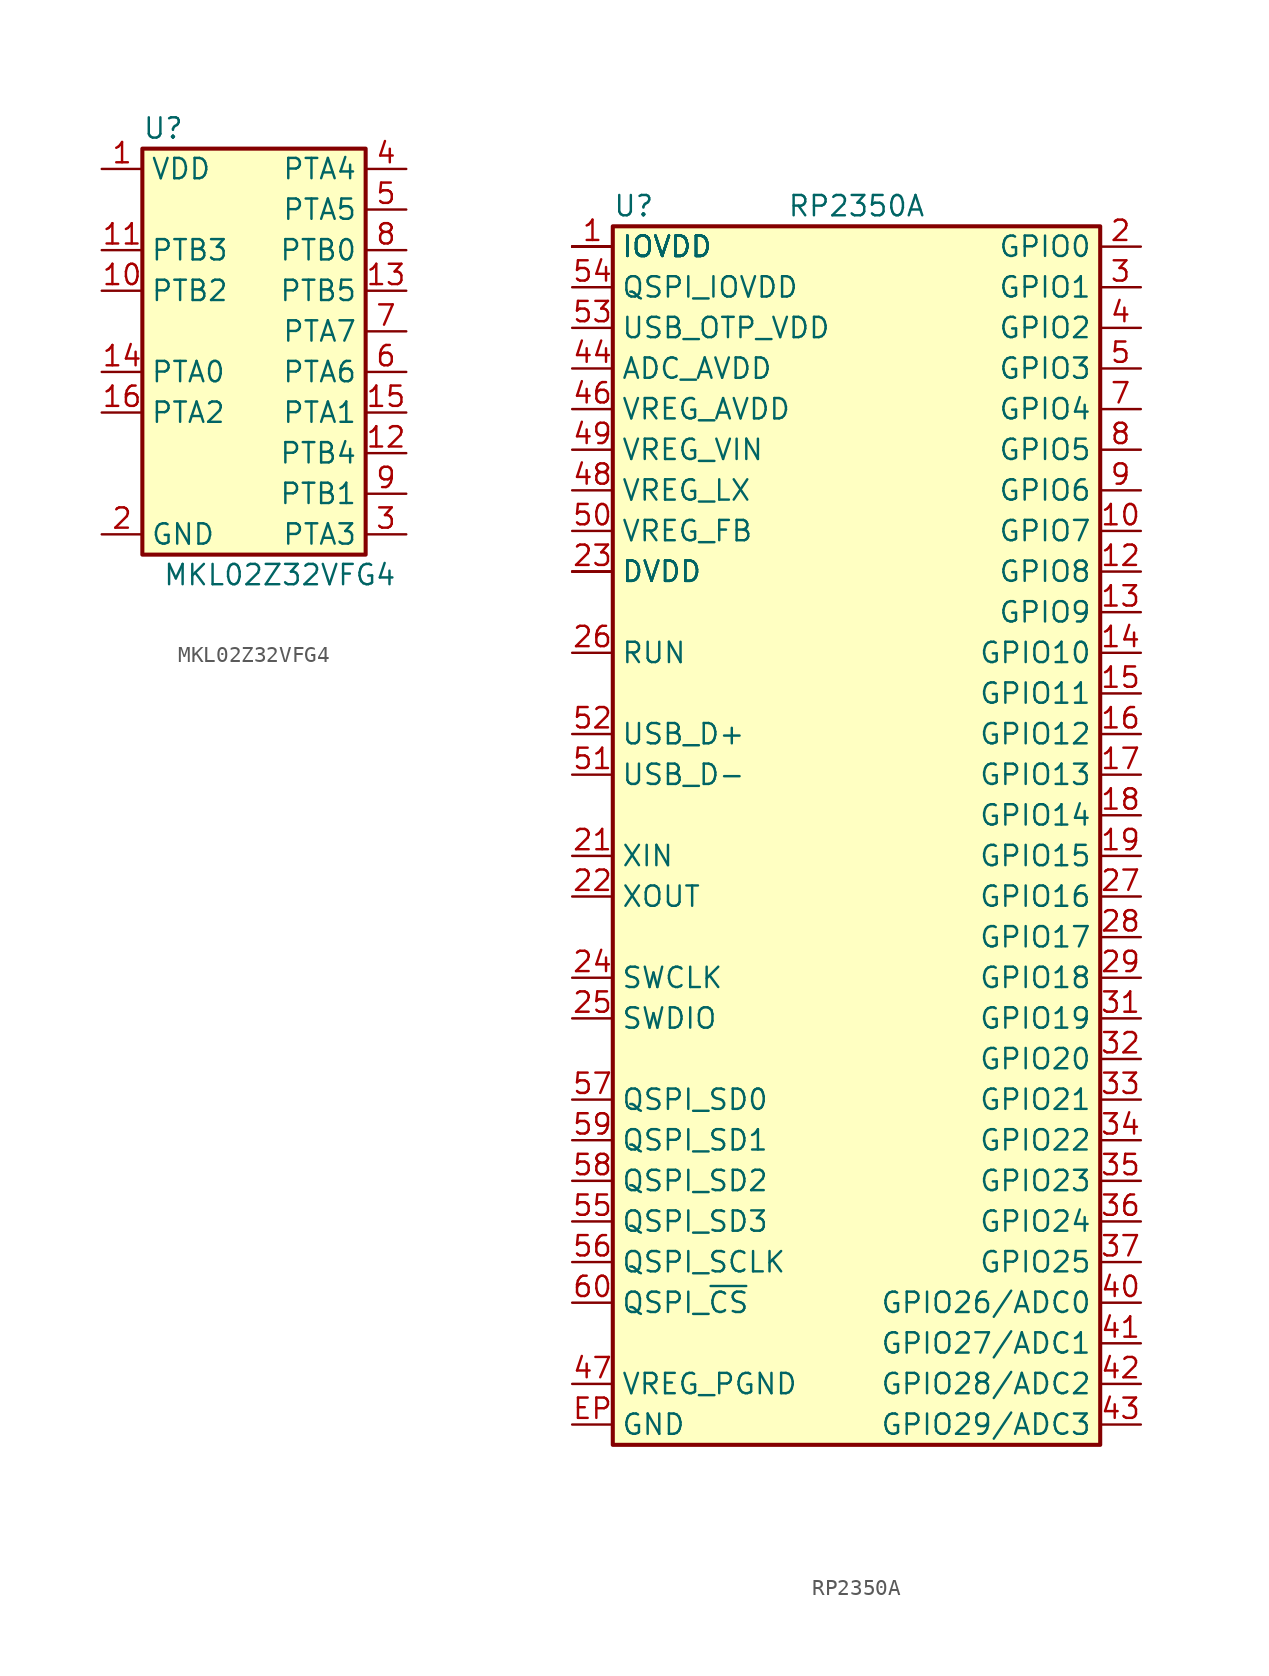
<source format=kicad_sym>
(kicad_symbol_lib
  (version 20241209)
  (generator "kicad_symbol_editor")
  (generator_version "9.0")
  (symbol "MKL02Z32VFG4"
    (property "Reference" "U"
      (at -7.62 15.24 0)
      (effects (font (size 1.27 1.27)) (justify left)))
    (property "Value" "MKL02Z32VFG4"
      (at -6.35 -12.7 0)
      (effects (font (size 1.27 1.27)) (justify left)))
    (symbol "MKL02Z32VFG4_1_1"
      (rectangle (start -7.62 13.97) (end 6.35 -11.43) (stroke (width 0.254) (type default)) (fill (type background)))
      (pin power_in line (at -10.16 12.7 0) (length 2.54) (name "VDD" (effects (font (size 1.27 1.27)))) (number "1" (effects (font (size 1.27 1.27)))))
      (pin bidirectional line (at -10.16 7.62 0) (length 2.54) (name "PTB3" (effects (font (size 1.27 1.27)))) (number "11" (effects (font (size 1.27 1.27)))))
      (pin bidirectional line (at -10.16 5.08 0) (length 2.54) (name "PTB2" (effects (font (size 1.27 1.27)))) (number "10" (effects (font (size 1.27 1.27)))))
      (pin bidirectional line (at -10.16 0 0) (length 2.54) (name "PTA0" (effects (font (size 1.27 1.27)))) (number "14" (effects (font (size 1.27 1.27)))))
      (pin bidirectional line (at -10.16 -2.54 0) (length 2.54) (name "PTA2" (effects (font (size 1.27 1.27)))) (number "16" (effects (font (size 1.27 1.27)))))
      (pin power_in line (at -10.16 -10.16 0) (length 2.54) (name "GND" (effects (font (size 1.27 1.27)))) (number "2" (effects (font (size 1.27 1.27)))))
      (pin power_in line (at -10.16 -10.16 0) (length 2.54) (hide yes) (name "GND" (effects (font (size 1.27 1.27)))) (number "EP" (effects (font (size 1.27 1.27)))))
      (pin bidirectional line (at 8.89 12.7 180) (length 2.54) (name "PTA4" (effects (font (size 1.27 1.27)))) (number "4" (effects (font (size 1.27 1.27)))))
      (pin bidirectional line (at 8.89 10.16 180) (length 2.54) (name "PTA5" (effects (font (size 1.27 1.27)))) (number "5" (effects (font (size 1.27 1.27)))))
      (pin bidirectional line (at 8.89 7.62 180) (length 2.54) (name "PTB0" (effects (font (size 1.27 1.27)))) (number "8" (effects (font (size 1.27 1.27)))))
      (pin bidirectional line (at 8.89 5.08 180) (length 2.54) (name "PTB5" (effects (font (size 1.27 1.27)))) (number "13" (effects (font (size 1.27 1.27)))))
      (pin bidirectional line (at 8.89 2.54 180) (length 2.54) (name "PTA7" (effects (font (size 1.27 1.27)))) (number "7" (effects (font (size 1.27 1.27)))))
      (pin bidirectional line (at 8.89 0 180) (length 2.54) (name "PTA6" (effects (font (size 1.27 1.27)))) (number "6" (effects (font (size 1.27 1.27)))))
      (pin bidirectional line (at 8.89 -2.54 180) (length 2.54) (name "PTA1" (effects (font (size 1.27 1.27)))) (number "15" (effects (font (size 1.27 1.27)))))
      (pin bidirectional line (at 8.89 -5.08 180) (length 2.54) (name "PTB4" (effects (font (size 1.27 1.27)))) (number "12" (effects (font (size 1.27 1.27)))))
      (pin bidirectional line (at 8.89 -7.62 180) (length 2.54) (name "PTB1" (effects (font (size 1.27 1.27)))) (number "9" (effects (font (size 1.27 1.27)))))
      (pin bidirectional line (at 8.89 -10.16 180) (length 2.54) (name "PTA3" (effects (font (size 1.27 1.27)))) (number "3" (effects (font (size 1.27 1.27)))))))
  (symbol "RP2350A"
    (property "Reference" "U"
      (at -15.24 40.64 0)
      (effects (font (size 1.27 1.27)) (justify left)))
    (property "Value" "RP2350A"
      (at 0 40.64 0)
      (effects (font (size 1.27 1.27))))
    (symbol "RP2350A_1_0"
      (pin power_in line (at -17.78 38.1 0) (length 2.54) (name "IOVDD" (effects (font (size 1.27 1.27)))) (number "1" (effects (font (size 1.27 1.27)))))
      (pin power_in line (at -17.78 38.1 0) (length 2.54) (name "IOVDD" (effects (font (size 1.27 1.27)))) (number "11" (effects (font (size 0 0)))))
      (pin power_in line (at -17.78 38.1 0) (length 2.54) (name "IOVDD" (effects (font (size 1.27 1.27)))) (number "20" (effects (font (size 0 0)))))
      (pin power_in line (at -17.78 38.1 0) (length 2.54) (name "IOVDD" (effects (font (size 1.27 1.27)))) (number "30" (effects (font (size 0 0)))))
      (pin power_in line (at -17.78 38.1 0) (length 2.54) (name "IOVDD" (effects (font (size 1.27 1.27)))) (number "38" (effects (font (size 0 0)))))
      (pin power_in line (at -17.78 38.1 0) (length 2.54) (name "IOVDD" (effects (font (size 1.27 1.27)))) (number "45" (effects (font (size 0 0)))))
      (pin power_in line (at -17.78 35.56 0) (length 2.54) (name "QSPI_IOVDD" (effects (font (size 1.27 1.27)))) (number "54" (effects (font (size 1.27 1.27)))))
      (pin power_in line (at -17.78 33.02 0) (length 2.54) (name "USB_OTP_VDD" (effects (font (size 1.27 1.27)))) (number "53" (effects (font (size 1.27 1.27)))))
      (pin power_in line (at -17.78 30.48 0) (length 2.54) (name "ADC_AVDD" (effects (font (size 1.27 1.27)))) (number "44" (effects (font (size 1.27 1.27)))))
      (pin power_in line (at -17.78 27.94 0) (length 2.54) (name "VREG_AVDD" (effects (font (size 1.27 1.27)))) (number "46" (effects (font (size 1.27 1.27)))))
      (pin power_in line (at -17.78 25.4 0) (length 2.54) (name "VREG_VIN" (effects (font (size 1.27 1.27)))) (number "49" (effects (font (size 1.27 1.27)))))
      (pin power_out line (at -17.78 22.86 0) (length 2.54) (name "VREG_LX" (effects (font (size 1.27 1.27)))) (number "48" (effects (font (size 1.27 1.27)))))
      (pin power_in line (at -17.78 20.32 0) (length 2.54) (name "VREG_FB" (effects (font (size 1.27 1.27)))) (number "50" (effects (font (size 1.27 1.27)))))
      (pin power_in line (at -17.78 17.78 0) (length 2.54) (name "DVDD" (effects (font (size 1.27 1.27)))) (number "23" (effects (font (size 1.27 1.27)))))
      (pin power_in line (at -17.78 17.78 0) (length 2.54) (name "DVDD" (effects (font (size 1.27 1.27)))) (number "39" (effects (font (size 0 0)))))
      (pin power_in line (at -17.78 17.78 0) (length 2.54) (name "DVDD" (effects (font (size 1.27 1.27)))) (number "6" (effects (font (size 0 0)))))
      (pin input line (at -17.78 12.7 0) (length 2.54) (name "RUN" (effects (font (size 1.27 1.27)))) (number "26" (effects (font (size 1.27 1.27)))))
      (pin bidirectional line (at -17.78 7.62 0) (length 2.54) (name "USB_D+" (effects (font (size 1.27 1.27)))) (number "52" (effects (font (size 1.27 1.27)))))
      (pin bidirectional line (at -17.78 5.08 0) (length 2.54) (name "USB_D-" (effects (font (size 1.27 1.27)))) (number "51" (effects (font (size 1.27 1.27)))))
      (pin input line (at -17.78 0 0) (length 2.54) (name "XIN" (effects (font (size 1.27 1.27)))) (number "21" (effects (font (size 1.27 1.27)))))
      (pin output line (at -17.78 -2.54 0) (length 2.54) (name "XOUT" (effects (font (size 1.27 1.27)))) (number "22" (effects (font (size 1.27 1.27)))))
      (pin input line (at -17.78 -7.62 0) (length 2.54) (name "SWCLK" (effects (font (size 1.27 1.27)))) (number "24" (effects (font (size 1.27 1.27)))))
      (pin bidirectional line (at -17.78 -10.16 0) (length 2.54) (name "SWDIO" (effects (font (size 1.27 1.27)))) (number "25" (effects (font (size 1.27 1.27)))))
      (pin bidirectional line (at -17.78 -15.24 0) (length 2.54) (name "QSPI_SD0" (effects (font (size 1.27 1.27)))) (number "57" (effects (font (size 1.27 1.27)))))
      (pin bidirectional line (at -17.78 -17.78 0) (length 2.54) (name "QSPI_SD1" (effects (font (size 1.27 1.27)))) (number "59" (effects (font (size 1.27 1.27)))))
      (pin bidirectional line (at -17.78 -20.32 0) (length 2.54) (name "QSPI_SD2" (effects (font (size 1.27 1.27)))) (number "58" (effects (font (size 1.27 1.27)))))
      (pin bidirectional line (at -17.78 -22.86 0) (length 2.54) (name "QSPI_SD3" (effects (font (size 1.27 1.27)))) (number "55" (effects (font (size 1.27 1.27)))))
      (pin output line (at -17.78 -25.4 0) (length 2.54) (name "QSPI_SCLK" (effects (font (size 1.27 1.27)))) (number "56" (effects (font (size 1.27 1.27)))))
      (pin output line (at -17.78 -27.94 0) (length 2.54) (name "QSPI_~{CS}" (effects (font (size 1.27 1.27)))) (number "60" (effects (font (size 1.27 1.27)))))
      (pin power_in line (at -17.78 -33.02 0) (length 2.54) (name "VREG_PGND" (effects (font (size 1.27 1.27)))) (number "47" (effects (font (size 1.27 1.27)))))
      (pin power_in line (at -17.78 -35.56 0) (length 2.54) (name "GND" (effects (font (size 1.27 1.27)))) (number "EP" (effects (font (size 1.27 1.27)))))
      (pin bidirectional line (at 17.78 38.1 180) (length 2.54) (name "GPIO0" (effects (font (size 1.27 1.27)))) (number "2" (effects (font (size 1.27 1.27)))))
      (pin bidirectional line (at 17.78 35.56 180) (length 2.54) (name "GPIO1" (effects (font (size 1.27 1.27)))) (number "3" (effects (font (size 1.27 1.27)))))
      (pin bidirectional line (at 17.78 33.02 180) (length 2.54) (name "GPIO2" (effects (font (size 1.27 1.27)))) (number "4" (effects (font (size 1.27 1.27)))))
      (pin bidirectional line (at 17.78 30.48 180) (length 2.54) (name "GPIO3" (effects (font (size 1.27 1.27)))) (number "5" (effects (font (size 1.27 1.27)))))
      (pin bidirectional line (at 17.78 27.94 180) (length 2.54) (name "GPIO4" (effects (font (size 1.27 1.27)))) (number "7" (effects (font (size 1.27 1.27)))))
      (pin bidirectional line (at 17.78 25.4 180) (length 2.54) (name "GPIO5" (effects (font (size 1.27 1.27)))) (number "8" (effects (font (size 1.27 1.27)))))
      (pin bidirectional line (at 17.78 22.86 180) (length 2.54) (name "GPIO6" (effects (font (size 1.27 1.27)))) (number "9" (effects (font (size 1.27 1.27)))))
      (pin bidirectional line (at 17.78 20.32 180) (length 2.54) (name "GPIO7" (effects (font (size 1.27 1.27)))) (number "10" (effects (font (size 1.27 1.27)))))
      (pin bidirectional line (at 17.78 17.78 180) (length 2.54) (name "GPIO8" (effects (font (size 1.27 1.27)))) (number "12" (effects (font (size 1.27 1.27)))))
      (pin bidirectional line (at 17.78 15.24 180) (length 2.54) (name "GPIO9" (effects (font (size 1.27 1.27)))) (number "13" (effects (font (size 1.27 1.27)))))
      (pin bidirectional line (at 17.78 12.7 180) (length 2.54) (name "GPIO10" (effects (font (size 1.27 1.27)))) (number "14" (effects (font (size 1.27 1.27)))))
      (pin bidirectional line (at 17.78 10.16 180) (length 2.54) (name "GPIO11" (effects (font (size 1.27 1.27)))) (number "15" (effects (font (size 1.27 1.27)))))
      (pin bidirectional line (at 17.78 7.62 180) (length 2.54) (name "GPIO12" (effects (font (size 1.27 1.27)))) (number "16" (effects (font (size 1.27 1.27)))))
      (pin bidirectional line (at 17.78 5.08 180) (length 2.54) (name "GPIO13" (effects (font (size 1.27 1.27)))) (number "17" (effects (font (size 1.27 1.27)))))
      (pin bidirectional line (at 17.78 2.54 180) (length 2.54) (name "GPIO14" (effects (font (size 1.27 1.27)))) (number "18" (effects (font (size 1.27 1.27)))))
      (pin bidirectional line (at 17.78 0 180) (length 2.54) (name "GPIO15" (effects (font (size 1.27 1.27)))) (number "19" (effects (font (size 1.27 1.27)))))
      (pin bidirectional line (at 17.78 -2.54 180) (length 2.54) (name "GPIO16" (effects (font (size 1.27 1.27)))) (number "27" (effects (font (size 1.27 1.27)))))
      (pin bidirectional line (at 17.78 -5.08 180) (length 2.54) (name "GPIO17" (effects (font (size 1.27 1.27)))) (number "28" (effects (font (size 1.27 1.27)))))
      (pin bidirectional line (at 17.78 -7.62 180) (length 2.54) (name "GPIO18" (effects (font (size 1.27 1.27)))) (number "29" (effects (font (size 1.27 1.27)))))
      (pin bidirectional line (at 17.78 -10.16 180) (length 2.54) (name "GPIO19" (effects (font (size 1.27 1.27)))) (number "31" (effects (font (size 1.27 1.27)))))
      (pin bidirectional line (at 17.78 -12.7 180) (length 2.54) (name "GPIO20" (effects (font (size 1.27 1.27)))) (number "32" (effects (font (size 1.27 1.27)))))
      (pin bidirectional line (at 17.78 -15.24 180) (length 2.54) (name "GPIO21" (effects (font (size 1.27 1.27)))) (number "33" (effects (font (size 1.27 1.27)))))
      (pin bidirectional line (at 17.78 -17.78 180) (length 2.54) (name "GPIO22" (effects (font (size 1.27 1.27)))) (number "34" (effects (font (size 1.27 1.27)))))
      (pin bidirectional line (at 17.78 -20.32 180) (length 2.54) (name "GPIO23" (effects (font (size 1.27 1.27)))) (number "35" (effects (font (size 1.27 1.27)))))
      (pin bidirectional line (at 17.78 -22.86 180) (length 2.54) (name "GPIO24" (effects (font (size 1.27 1.27)))) (number "36" (effects (font (size 1.27 1.27)))))
      (pin bidirectional line (at 17.78 -25.4 180) (length 2.54) (name "GPIO25" (effects (font (size 1.27 1.27)))) (number "37" (effects (font (size 1.27 1.27)))))
      (pin bidirectional line (at 17.78 -27.94 180) (length 2.54) (name "GPIO26/ADC0" (effects (font (size 1.27 1.27)))) (number "40" (effects (font (size 1.27 1.27)))))
      (pin bidirectional line (at 17.78 -30.48 180) (length 2.54) (name "GPIO27/ADC1" (effects (font (size 1.27 1.27)))) (number "41" (effects (font (size 1.27 1.27)))))
      (pin bidirectional line (at 17.78 -33.02 180) (length 2.54) (name "GPIO28/ADC2" (effects (font (size 1.27 1.27)))) (number "42" (effects (font (size 1.27 1.27)))))
      (pin bidirectional line (at 17.78 -35.56 180) (length 2.54) (name "GPIO29/ADC3" (effects (font (size 1.27 1.27)))) (number "43" (effects (font (size 1.27 1.27))))))
    (symbol "RP2350A_1_1"
      (rectangle (start -15.24 39.37) (end 15.24 -36.83) (stroke (width 0.254) (type default)) (fill (type background))))))
</source>
